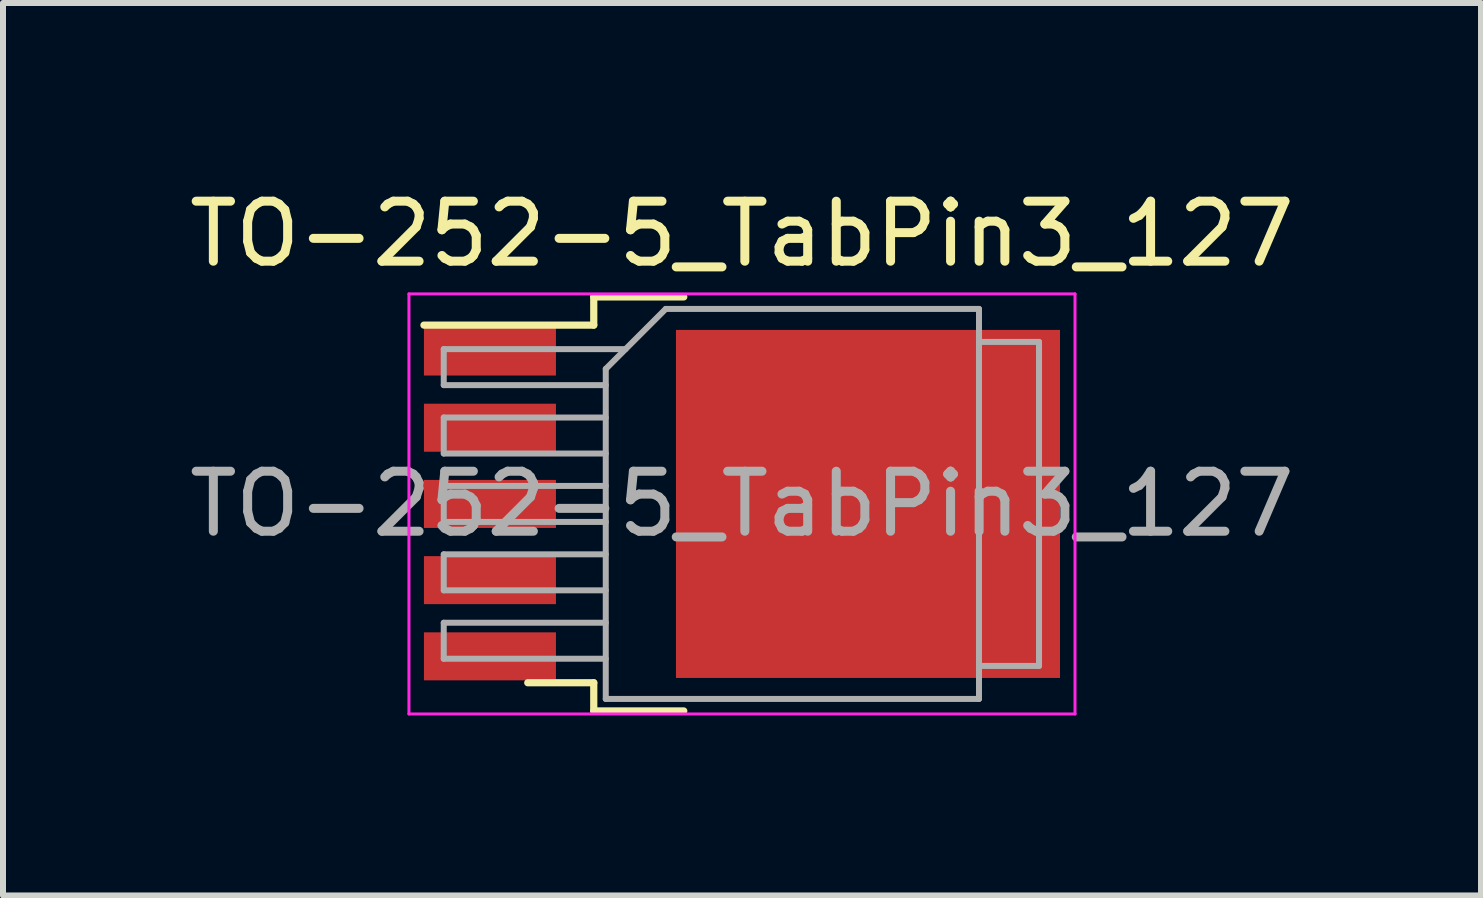
<source format=kicad_pcb>
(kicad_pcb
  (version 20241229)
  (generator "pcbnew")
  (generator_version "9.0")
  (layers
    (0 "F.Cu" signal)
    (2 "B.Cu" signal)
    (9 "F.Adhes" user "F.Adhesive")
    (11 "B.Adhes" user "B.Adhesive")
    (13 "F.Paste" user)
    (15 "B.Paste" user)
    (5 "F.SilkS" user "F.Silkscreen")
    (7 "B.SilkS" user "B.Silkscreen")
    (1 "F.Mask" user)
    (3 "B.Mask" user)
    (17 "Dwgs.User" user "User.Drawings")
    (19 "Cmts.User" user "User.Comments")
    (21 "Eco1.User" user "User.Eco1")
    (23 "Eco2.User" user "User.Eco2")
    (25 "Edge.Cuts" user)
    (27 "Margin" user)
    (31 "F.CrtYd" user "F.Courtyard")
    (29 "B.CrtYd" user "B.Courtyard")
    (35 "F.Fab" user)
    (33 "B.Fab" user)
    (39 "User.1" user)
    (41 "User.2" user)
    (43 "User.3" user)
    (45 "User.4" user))
  (footprint "TO-252-5_TabPin3_127"
    (layer "F.Cu")
    (at 9.315 5.348)
    (property "Reference" "TO-252-5_TabPin3_127" (at 0 -4.5 0) (layer "F.SilkS") (effects (font (size 1 1) (thickness 0.15))))
    (attr smd)
    (fp_line (start -2.47 -3.45) (end -2.47 -2.98) (stroke (width 0.12) (type solid)) (layer "F.SilkS"))
    (fp_line (start -2.47 -2.98) (end -5.3 -2.98) (stroke (width 0.12) (type solid)) (layer "F.SilkS"))
    (fp_line (start -2.47 2.98) (end -3.57 2.98) (stroke (width 0.12) (type solid)) (layer "F.SilkS"))
    (fp_line (start -2.47 3.45) (end -2.47 2.98) (stroke (width 0.12) (type solid)) (layer "F.SilkS"))
    (fp_line (start -0.97 -3.45) (end -2.47 -3.45) (stroke (width 0.12) (type solid)) (layer "F.SilkS"))
    (fp_line (start -0.97 3.45) (end -2.47 3.45) (stroke (width 0.12) (type solid)) (layer "F.SilkS"))
    (fp_line (start -5.55 -3.5) (end -5.55 3.5) (stroke (width 0.05) (type solid)) (layer "F.CrtYd"))
    (fp_line (start -5.55 3.5) (end 5.55 3.5) (stroke (width 0.05) (type solid)) (layer "F.CrtYd"))
    (fp_line (start 5.55 -3.5) (end -5.55 -3.5) (stroke (width 0.05) (type solid)) (layer "F.CrtYd"))
    (fp_line (start 5.55 3.5) (end 5.55 -3.5) (stroke (width 0.05) (type solid)) (layer "F.CrtYd"))
    (fp_line (start -4.97 -2.58) (end -4.97 -1.98) (stroke (width 0.1) (type solid)) (layer "F.Fab"))
    (fp_line (start -4.97 -1.98) (end -2.27 -1.98) (stroke (width 0.1) (type solid)) (layer "F.Fab"))
    (fp_line (start -4.97 -1.44) (end -4.97 -0.84) (stroke (width 0.1) (type solid)) (layer "F.Fab"))
    (fp_line (start -4.97 -0.84) (end -2.27 -0.84) (stroke (width 0.1) (type solid)) (layer "F.Fab"))
    (fp_line (start -4.97 -0.3) (end -4.97 0.3) (stroke (width 0.1) (type solid)) (layer "F.Fab"))
    (fp_line (start -4.97 0.3) (end -2.27 0.3) (stroke (width 0.1) (type solid)) (layer "F.Fab"))
    (fp_line (start -4.97 0.84) (end -4.97 1.44) (stroke (width 0.1) (type solid)) (layer "F.Fab"))
    (fp_line (start -4.97 1.44) (end -2.27 1.44) (stroke (width 0.1) (type solid)) (layer "F.Fab"))
    (fp_line (start -4.97 1.98) (end -4.97 2.58) (stroke (width 0.1) (type solid)) (layer "F.Fab"))
    (fp_line (start -4.97 2.58) (end -2.27 2.58) (stroke (width 0.1) (type solid)) (layer "F.Fab"))
    (fp_line (start -2.27 -2.25) (end -1.27 -3.25) (stroke (width 0.1) (type solid)) (layer "F.Fab"))
    (fp_line (start -2.27 -1.44) (end -4.97 -1.44) (stroke (width 0.1) (type solid)) (layer "F.Fab"))
    (fp_line (start -2.27 -0.3) (end -4.97 -0.3) (stroke (width 0.1) (type solid)) (layer "F.Fab"))
    (fp_line (start -2.27 0.84) (end -4.97 0.84) (stroke (width 0.1) (type solid)) (layer "F.Fab"))
    (fp_line (start -2.27 1.98) (end -4.97 1.98) (stroke (width 0.1) (type solid)) (layer "F.Fab"))
    (fp_line (start -2.27 3.25) (end -2.27 -2.25) (stroke (width 0.1) (type solid)) (layer "F.Fab"))
    (fp_line (start -1.94 -2.58) (end -4.97 -2.58) (stroke (width 0.1) (type solid)) (layer "F.Fab"))
    (fp_line (start -1.27 -3.25) (end 3.95 -3.25) (stroke (width 0.1) (type solid)) (layer "F.Fab"))
    (fp_line (start 3.95 -3.25) (end 3.95 3.25) (stroke (width 0.1) (type solid)) (layer "F.Fab"))
    (fp_line (start 3.95 -2.7) (end 4.95 -2.7) (stroke (width 0.1) (type solid)) (layer "F.Fab"))
    (fp_line (start 3.95 3.25) (end -2.27 3.25) (stroke (width 0.1) (type solid)) (layer "F.Fab"))
    (fp_line (start 4.95 -2.7) (end 4.95 2.7) (stroke (width 0.1) (type solid)) (layer "F.Fab"))
    (fp_line (start 4.95 2.7) (end 3.95 2.7) (stroke (width 0.1) (type solid)) (layer "F.Fab"))
    (fp_text user "${REFERENCE}" (at 0 0 0) (layer "F.Fab") (effects (font (size 1 1) (thickness 0.15))))
    (pad "" smd rect (at 0.425 -1.525) (size 3.05 2.75) (layers "F.Paste"))
    (pad "" smd rect (at 0.425 1.525) (size 3.05 2.75) (layers "F.Paste"))
    (pad "" smd rect (at 3.775 -1.525) (size 3.05 2.75) (layers "F.Paste"))
    (pad "" smd rect (at 3.775 1.525) (size 3.05 2.75) (layers "F.Paste"))
    (pad "1" smd rect (at -4.2 -2.54) (size 2.2 0.8) (layers "F.Cu" "F.Mask" "F.Paste"))
    (pad "2" smd rect (at -4.2 -1.27) (size 2.2 0.8) (layers "F.Cu" "F.Mask" "F.Paste"))
    (pad "3" smd rect (at -4.2 0) (size 2.2 0.8) (layers "F.Cu" "F.Mask" "F.Paste"))
    (pad "3" smd rect (at 2.1 0) (size 6.4 5.8) (layers "F.Cu" "F.Mask"))
    (pad "4" smd rect (at -4.2 1.27) (size 2.2 0.8) (layers "F.Cu" "F.Mask" "F.Paste"))
    (pad "5" smd rect (at -4.2 2.54) (size 2.2 0.8) (layers "F.Cu" "F.Mask" "F.Paste")))
  (gr_rect
    (start -3 -3)
    (end 21.631 11.873)
    (stroke (width 0.1) (type default))
    (fill no)
    (layer "Edge.Cuts")))
</source>
